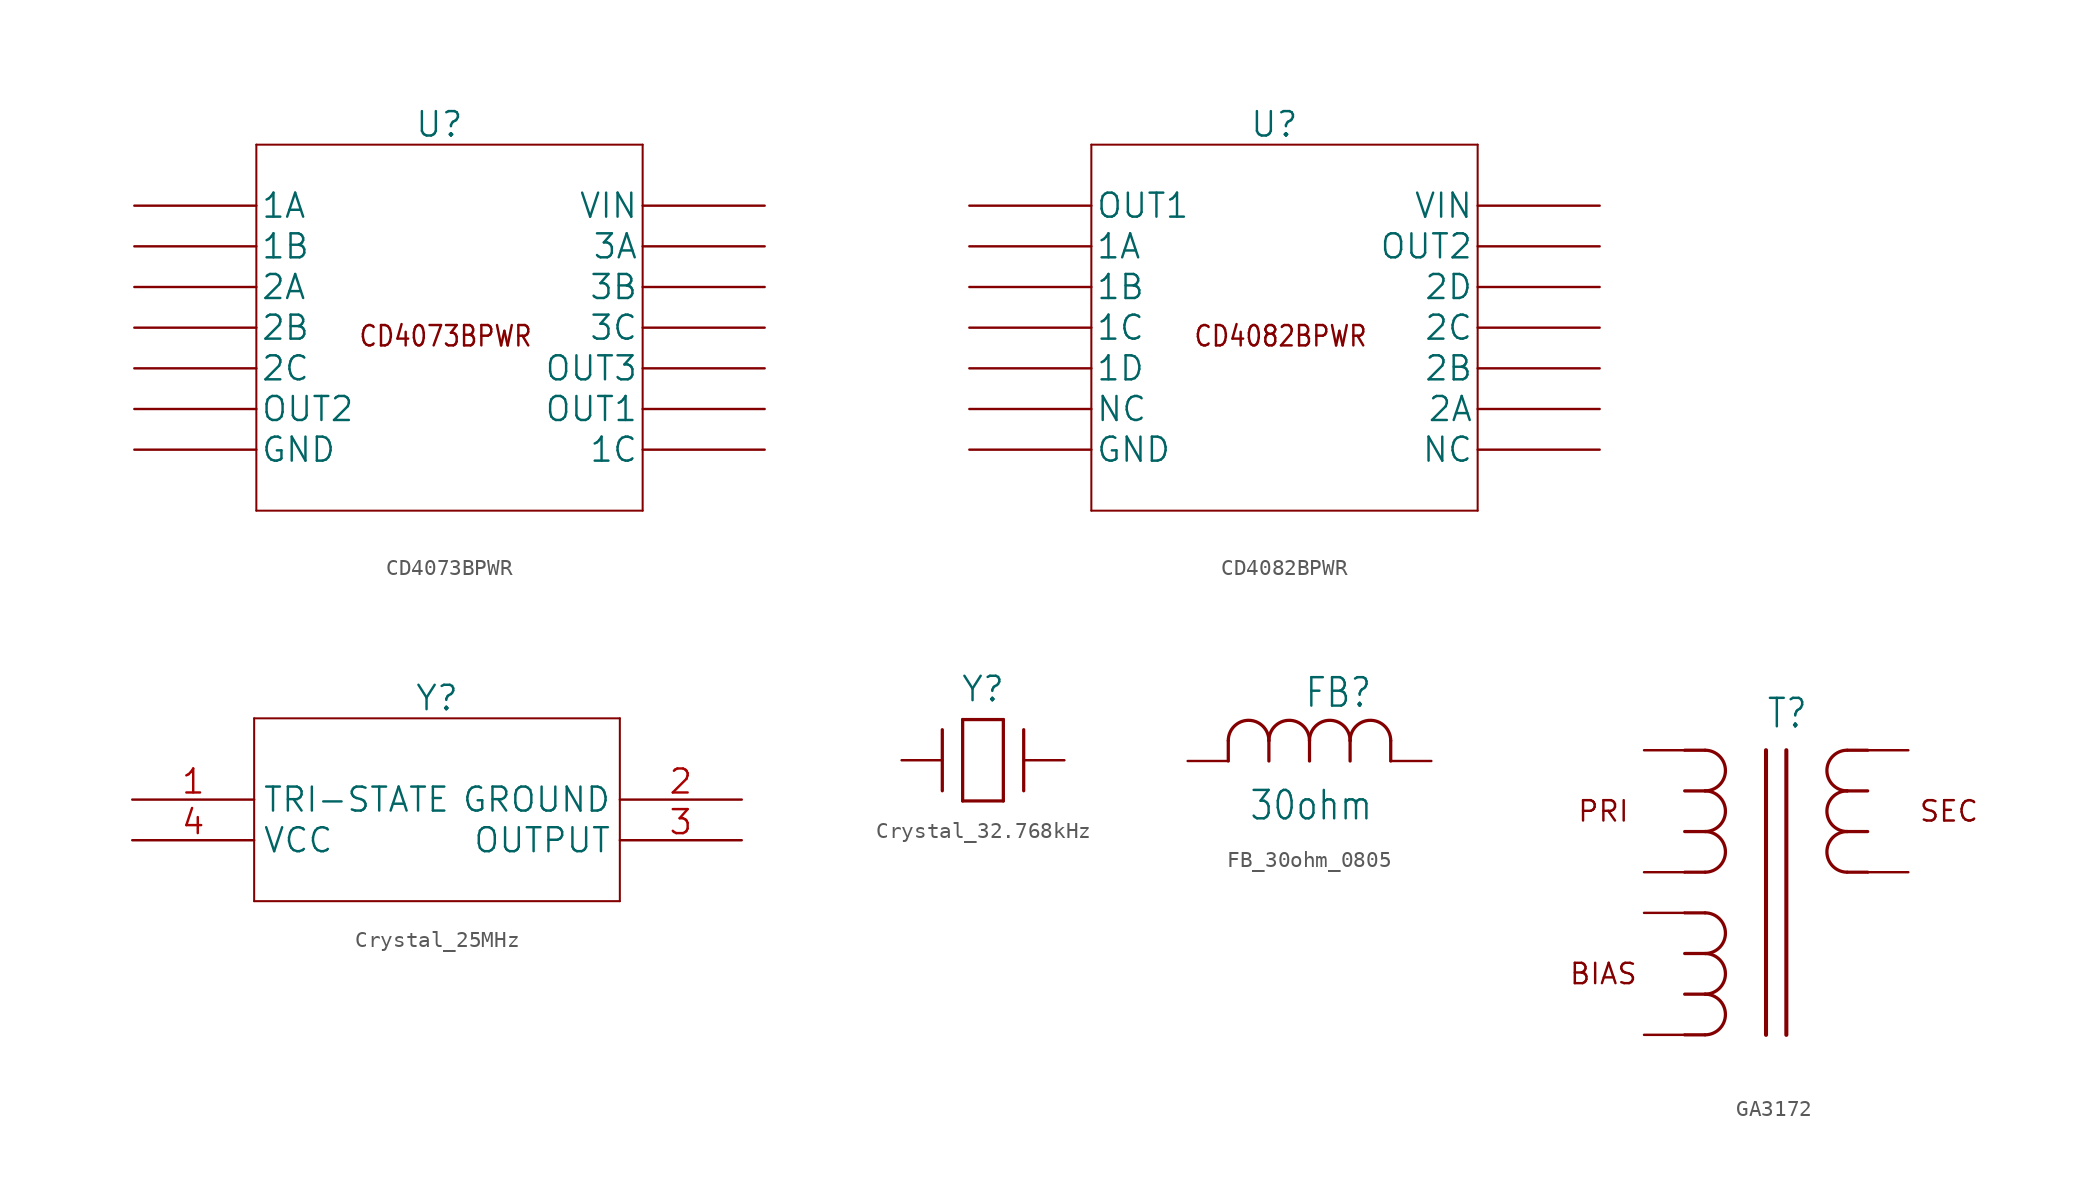
<source format=kicad_sym>
(kicad_symbol_lib
  (version 20220914)
  (generator kicad_symbol_editor)
  (symbol "CD4073BPWR"
    (pin_numbers hide)
    (pin_names
      (offset 0.254))
    (property "Reference" "U"
      (at 0 12.7 0)
      (effects (font (size 1.524 1.524))))
    (symbol "CD4073BPWR_1_0"
      (text "CD4073BPWR" (at -5.08 -1.27 0) (effects (font (size 1.27 1.079)) (justify left bottom))))
    (symbol "CD4073BPWR_1_1"
      (polyline (pts (xy -11.43 -11.43) (xy 12.7 -11.43)) (stroke (width 0.127) (type solid)) (fill (type none)))
      (polyline (pts (xy -11.43 11.43) (xy -11.43 -11.43)) (stroke (width 0.127) (type solid)) (fill (type none)))
      (polyline (pts (xy 12.7 -11.43) (xy 12.7 11.43)) (stroke (width 0.127) (type solid)) (fill (type none)))
      (polyline (pts (xy 12.7 11.43) (xy -11.43 11.43)) (stroke (width 0.127) (type solid)) (fill (type none)))
      (pin passive line (at -19.05 7.62 0) (length 7.62) (name "1A" (effects (font (size 1.499 1.499)))) (number "1" (effects (font (size 1.499 1.499)))))
      (pin passive line (at 20.32 -2.54 180) (length 7.62) (name "OUT3" (effects (font (size 1.499 1.499)))) (number "10" (effects (font (size 1.499 1.499)))))
      (pin passive line (at 20.32 0 180) (length 7.62) (name "3C" (effects (font (size 1.499 1.499)))) (number "11" (effects (font (size 1.499 1.499)))))
      (pin passive line (at 20.32 2.54 180) (length 7.62) (name "3B" (effects (font (size 1.499 1.499)))) (number "12" (effects (font (size 1.499 1.499)))))
      (pin passive line (at 20.32 5.08 180) (length 7.62) (name "3A" (effects (font (size 1.499 1.499)))) (number "13" (effects (font (size 1.499 1.499)))))
      (pin passive line (at 20.32 7.62 180) (length 7.62) (name "VIN" (effects (font (size 1.499 1.499)))) (number "14" (effects (font (size 1.499 1.499)))))
      (pin passive line (at -19.05 5.08 0) (length 7.62) (name "1B" (effects (font (size 1.499 1.499)))) (number "2" (effects (font (size 1.499 1.499)))))
      (pin passive line (at -19.05 2.54 0) (length 7.62) (name "2A" (effects (font (size 1.499 1.499)))) (number "3" (effects (font (size 1.499 1.499)))))
      (pin passive line (at -19.05 0 0) (length 7.62) (name "2B" (effects (font (size 1.499 1.499)))) (number "4" (effects (font (size 1.499 1.499)))))
      (pin passive line (at -19.05 -2.54 0) (length 7.62) (name "2C" (effects (font (size 1.499 1.499)))) (number "5" (effects (font (size 1.499 1.499)))))
      (pin passive line (at -19.05 -5.08 0) (length 7.62) (name "OUT2" (effects (font (size 1.499 1.499)))) (number "6" (effects (font (size 1.499 1.499)))))
      (pin passive line (at -19.05 -7.62 0) (length 7.62) (name "GND" (effects (font (size 1.499 1.499)))) (number "7" (effects (font (size 1.499 1.499)))))
      (pin passive line (at 20.32 -7.62 180) (length 7.62) (name "1C" (effects (font (size 1.499 1.499)))) (number "8" (effects (font (size 1.499 1.499)))))
      (pin passive line (at 20.32 -5.08 180) (length 7.62) (name "OUT1" (effects (font (size 1.499 1.499)))) (number "9" (effects (font (size 1.499 1.499)))))))
  (symbol "CD4082BPWR"
    (pin_numbers hide)
    (pin_names
      (offset 0.254))
    (property "Reference" "U"
      (at 0 12.7 0)
      (effects (font (size 1.524 1.524))))
    (symbol "CD4082BPWR_1_0"
      (text "CD4082BPWR" (at -5.08 -1.27 0) (effects (font (size 1.27 1.079)) (justify left bottom))))
    (symbol "CD4082BPWR_1_1"
      (polyline (pts (xy -11.43 -11.43) (xy 12.7 -11.43)) (stroke (width 0.127) (type solid)) (fill (type none)))
      (polyline (pts (xy -11.43 11.43) (xy -11.43 -11.43)) (stroke (width 0.127) (type solid)) (fill (type none)))
      (polyline (pts (xy 12.7 -11.43) (xy 12.7 11.43)) (stroke (width 0.127) (type solid)) (fill (type none)))
      (polyline (pts (xy 12.7 11.43) (xy -11.43 11.43)) (stroke (width 0.127) (type solid)) (fill (type none)))
      (pin passive line (at -19.05 7.62 0) (length 7.62) (name "OUT1" (effects (font (size 1.499 1.499)))) (number "1" (effects (font (size 1.499 1.499)))))
      (pin passive line (at 20.32 -2.54 180) (length 7.62) (name "2B" (effects (font (size 1.499 1.499)))) (number "10" (effects (font (size 1.499 1.499)))))
      (pin passive line (at 20.32 0 180) (length 7.62) (name "2C" (effects (font (size 1.499 1.499)))) (number "11" (effects (font (size 1.499 1.499)))))
      (pin passive line (at 20.32 2.54 180) (length 7.62) (name "2D" (effects (font (size 1.499 1.499)))) (number "12" (effects (font (size 1.499 1.499)))))
      (pin passive line (at 20.32 5.08 180) (length 7.62) (name "OUT2" (effects (font (size 1.499 1.499)))) (number "13" (effects (font (size 1.499 1.499)))))
      (pin passive line (at 20.32 7.62 180) (length 7.62) (name "VIN" (effects (font (size 1.499 1.499)))) (number "14" (effects (font (size 1.499 1.499)))))
      (pin passive line (at -19.05 5.08 0) (length 7.62) (name "1A" (effects (font (size 1.499 1.499)))) (number "2" (effects (font (size 1.499 1.499)))))
      (pin passive line (at -19.05 2.54 0) (length 7.62) (name "1B" (effects (font (size 1.499 1.499)))) (number "3" (effects (font (size 1.499 1.499)))))
      (pin passive line (at -19.05 0 0) (length 7.62) (name "1C" (effects (font (size 1.499 1.499)))) (number "4" (effects (font (size 1.499 1.499)))))
      (pin passive line (at -19.05 -2.54 0) (length 7.62) (name "1D" (effects (font (size 1.499 1.499)))) (number "5" (effects (font (size 1.499 1.499)))))
      (pin passive line (at -19.05 -5.08 0) (length 7.62) (name "NC" (effects (font (size 1.499 1.499)))) (number "6" (effects (font (size 1.499 1.499)))))
      (pin passive line (at -19.05 -7.62 0) (length 7.62) (name "GND" (effects (font (size 1.499 1.499)))) (number "7" (effects (font (size 1.499 1.499)))))
      (pin passive line (at 20.32 -7.62 180) (length 7.62) (name "NC" (effects (font (size 1.499 1.499)))) (number "8" (effects (font (size 1.499 1.499)))))
      (pin passive line (at 20.32 -5.08 180) (length 7.62) (name "2A" (effects (font (size 1.499 1.499)))) (number "9" (effects (font (size 1.499 1.499)))))))
  (symbol "Crystal_25MHz"
    (property "Reference" "Y"
      (at 0 8.89 0)
      (effects (font (size 1.524 1.524))))
    (symbol "Crystal_25MHz_1_1"
      (polyline (pts (xy -11.43 -3.81) (xy 11.43 -3.81)) (stroke (width 0.127) (type solid)) (fill (type none)))
      (polyline (pts (xy -11.43 7.62) (xy -11.43 -3.81)) (stroke (width 0.127) (type solid)) (fill (type none)))
      (polyline (pts (xy 11.43 -3.81) (xy 11.43 7.62)) (stroke (width 0.127) (type solid)) (fill (type none)))
      (polyline (pts (xy 11.43 7.62) (xy -11.43 7.62)) (stroke (width 0.127) (type solid)) (fill (type none)))
      (pin passive line (at -19.05 2.54 0) (length 7.62) (name "TRI-STATE" (effects (font (size 1.499 1.499)))) (number "1" (effects (font (size 1.499 1.499)))))
      (pin passive line (at 19.05 2.54 180) (length 7.62) (name "GROUND" (effects (font (size 1.499 1.499)))) (number "2" (effects (font (size 1.499 1.499)))))
      (pin passive line (at 19.05 0 180) (length 7.62) (name "OUTPUT" (effects (font (size 1.499 1.499)))) (number "3" (effects (font (size 1.499 1.499)))))
      (pin passive line (at -19.05 0 0) (length 7.62) (name "VCC" (effects (font (size 1.499 1.499)))) (number "4" (effects (font (size 1.499 1.499)))))))
  (symbol "Crystal_32.768kHz"
    (pin_numbers hide)
    (pin_names hide)
    (property "Reference" "Y"
      (at 0 4.445 0)
      (effects (font (size 1.524 1.524))))
    (symbol "Crystal_32.768kHz_1_1"
      (polyline (pts (xy -2.54 -1.905) (xy -2.54 1.905)) (stroke (width 0.203) (type solid)) (fill (type none)))
      (polyline (pts (xy -1.27 -2.54) (xy -1.27 2.54)) (stroke (width 0.203) (type solid)) (fill (type none)))
      (polyline (pts (xy -1.27 2.54) (xy 1.27 2.54)) (stroke (width 0.203) (type solid)) (fill (type none)))
      (polyline (pts (xy 1.27 -2.54) (xy -1.27 -2.54)) (stroke (width 0.203) (type solid)) (fill (type none)))
      (polyline (pts (xy 1.27 2.54) (xy 1.27 -2.54)) (stroke (width 0.203) (type solid)) (fill (type none)))
      (polyline (pts (xy 2.54 -1.905) (xy 2.54 1.905)) (stroke (width 0.203) (type solid)) (fill (type none)))
      (pin passive line (at -5.08 0 0) (length 2.54) (name "1" (effects (font (size 1.499 1.499)))) (number "1" (effects (font (size 1.499 1.499)))))
      (pin passive line (at 5.08 0 180) (length 2.54) (name "2" (effects (font (size 1.499 1.499)))) (number "2" (effects (font (size 1.499 1.499)))))))
  (symbol "FB_30ohm_0805"
    (pin_numbers hide)
    (pin_names hide)
    (property "Reference" "FB"
      (at -0.345 3.24 0)
      (effects (font (size 1.778 1.511)) (justify left bottom)))
    (property "Value" "30ohm"
      (at -3.81 -3.81 0)
      (effects (font (size 1.778 1.511)) (justify left bottom)))
    (symbol "FB_30ohm_0805_1_0"
      (pin passive line (at -7.62 0 0) (length 2.54) (name "1" (effects (font (size 0 0)))) (number "1" (effects (font (size 0 0)))))
      (pin passive line (at 7.62 0 180) (length 2.54) (name "2" (effects (font (size 0 0)))) (number "2" (effects (font (size 0 0))))))
    (symbol "FB_30ohm_0805_1_1"
      (arc (start -2.54 1.2755) (mid -3.81 2.54) (end -5.08 1.2755) (stroke (width 0.2032) (type solid)) (fill (type none)))
      (polyline (pts (xy -5.08 0) (xy -5.08 1.27)) (stroke (width 0.203) (type solid)) (fill (type none)))
      (polyline (pts (xy -2.54 0) (xy -2.54 1.27)) (stroke (width 0.203) (type solid)) (fill (type none)))
      (polyline (pts (xy 0 0) (xy 0 1.27)) (stroke (width 0.203) (type solid)) (fill (type none)))
      (polyline (pts (xy 2.54 0) (xy 2.54 1.27)) (stroke (width 0.203) (type solid)) (fill (type none)))
      (polyline (pts (xy 5.08 0) (xy 5.08 1.27)) (stroke (width 0.203) (type solid)) (fill (type none)))
      (arc (start 0 1.2755) (mid -1.27 2.54) (end -2.54 1.2755) (stroke (width 0.2032) (type solid)) (fill (type none)))
      (arc (start 2.54 1.2755) (mid 1.27 2.54) (end 0 1.2755) (stroke (width 0.2032) (type solid)) (fill (type none)))
      (arc (start 5.08 1.2755) (mid 3.81 2.54) (end 2.54 1.2755) (stroke (width 0.2032) (type solid)) (fill (type none)))))
  (symbol "GA3172"
    (pin_numbers hide)
    (property "Reference" "T"
      (at 0 16.51 0)
      (effects (font (size 1.778 1.511)) (justify left bottom)))
    (property "Value" ""
      (at -3.81 -3.81 0)
      (effects (font (size 1.778 1.511)) (justify left bottom)))
    (symbol "GA3172_0_1"
      (polyline (pts (xy 0 15.24) (xy 0 -2.54)) (stroke (width 0.254) (type default)) (fill (type none)))
      (polyline (pts (xy 1.27 15.24) (xy 1.27 -2.54)) (stroke (width 0.254) (type default)) (fill (type none)))
      (text "BIAS" (at -10.16 1.27 0) (effects (font (size 1.27 1.27))))
      (text "PRI" (at -10.16 11.43 0) (effects (font (size 1.27 1.27))))
      (text "SEC" (at 11.43 11.43 0) (effects (font (size 1.27 1.27)))))
    (symbol "GA3172_1_0"
      (pin passive line (at -7.62 7.62 0) (length 2.54) (name "1" (effects (font (size 0 0)))) (number "1" (effects (font (size 0 0)))))
      (pin passive line (at 8.89 15.24 180) (length 2.54) (name "10" (effects (font (size 0 0)))) (number "10" (effects (font (size 0 0)))))
      (pin passive line (at -7.62 15.24 0) (length 2.54) (name "2" (effects (font (size 0 0)))) (number "2" (effects (font (size 0 0)))))
      (pin passive line (at -7.62 -2.54 0) (length 2.54) (name "4" (effects (font (size 0 0)))) (number "4" (effects (font (size 0 0)))))
      (pin passive line (at -7.62 5.08 0) (length 2.54) (name "5" (effects (font (size 0 0)))) (number "5" (effects (font (size 0 0)))))
      (pin passive line (at 8.89 7.62 180) (length 2.54) (name "6" (effects (font (size 0 0)))) (number "6" (effects (font (size 0 0))))))
    (symbol "GA3172_1_1"
      (arc (start -3.8045 -2.54) (mid -2.54 -1.27) (end -3.8045 0) (stroke (width 0.2032) (type solid)) (fill (type none)))
      (arc (start -3.8045 0) (mid -2.54 1.27) (end -3.8045 2.54) (stroke (width 0.2032) (type solid)) (fill (type none)))
      (arc (start -3.8045 2.54) (mid -2.54 3.81) (end -3.8045 5.08) (stroke (width 0.2032) (type solid)) (fill (type none)))
      (arc (start -3.8045 7.62) (mid -2.54 8.89) (end -3.8045 10.16) (stroke (width 0.2032) (type solid)) (fill (type none)))
      (arc (start -3.8045 10.16) (mid -2.54 11.43) (end -3.8045 12.7) (stroke (width 0.2032) (type solid)) (fill (type none)))
      (arc (start -3.8045 12.7) (mid -2.54 13.97) (end -3.8045 15.24) (stroke (width 0.2032) (type solid)) (fill (type none)))
      (polyline (pts (xy -5.08 -2.54) (xy -3.81 -2.54)) (stroke (width 0.203) (type solid)) (fill (type none)))
      (polyline (pts (xy -5.08 0) (xy -3.81 0)) (stroke (width 0.203) (type solid)) (fill (type none)))
      (polyline (pts (xy -5.08 2.54) (xy -3.81 2.54)) (stroke (width 0.203) (type solid)) (fill (type none)))
      (polyline (pts (xy -5.08 5.08) (xy -3.81 5.08)) (stroke (width 0.203) (type solid)) (fill (type none)))
      (polyline (pts (xy -5.08 7.62) (xy -3.81 7.62)) (stroke (width 0.203) (type solid)) (fill (type none)))
      (polyline (pts (xy -5.08 10.16) (xy -3.81 10.16)) (stroke (width 0.203) (type solid)) (fill (type none)))
      (polyline (pts (xy -5.08 12.7) (xy -3.81 12.7)) (stroke (width 0.203) (type solid)) (fill (type none)))
      (polyline (pts (xy -5.08 15.24) (xy -3.81 15.24)) (stroke (width 0.203) (type solid)) (fill (type none)))
      (polyline (pts (xy 6.35 7.62) (xy 5.08 7.62)) (stroke (width 0.203) (type solid)) (fill (type none)))
      (polyline (pts (xy 6.35 10.16) (xy 5.08 10.16)) (stroke (width 0.203) (type solid)) (fill (type none)))
      (polyline (pts (xy 6.35 12.7) (xy 5.08 12.7)) (stroke (width 0.203) (type solid)) (fill (type none)))
      (polyline (pts (xy 6.35 15.24) (xy 5.08 15.24)) (stroke (width 0.203) (type solid)) (fill (type none)))
      (arc (start 5.0745 10.16) (mid 3.81 8.89) (end 5.0745 7.62) (stroke (width 0.2032) (type solid)) (fill (type none)))
      (arc (start 5.0745 12.7) (mid 3.81 11.43) (end 5.0745 10.16) (stroke (width 0.2032) (type solid)) (fill (type none)))
      (arc (start 5.0745 15.24) (mid 3.81 13.97) (end 5.0745 12.7) (stroke (width 0.2032) (type solid)) (fill (type none))))))
</source>
